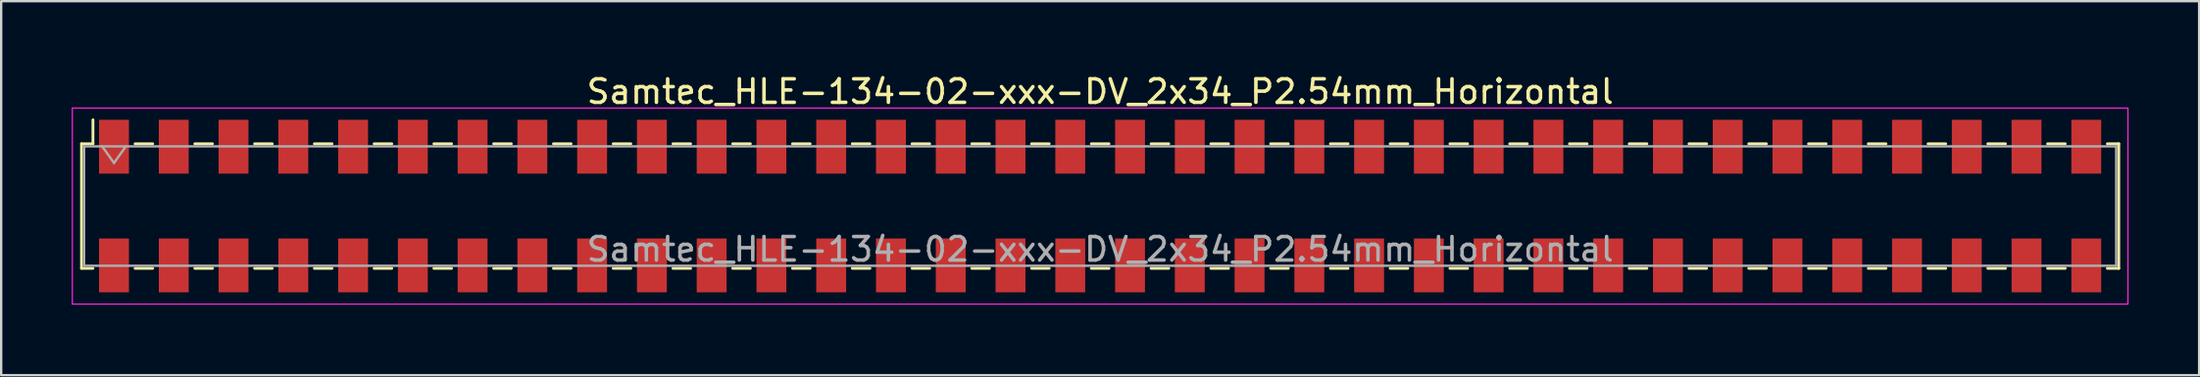
<source format=kicad_pcb>
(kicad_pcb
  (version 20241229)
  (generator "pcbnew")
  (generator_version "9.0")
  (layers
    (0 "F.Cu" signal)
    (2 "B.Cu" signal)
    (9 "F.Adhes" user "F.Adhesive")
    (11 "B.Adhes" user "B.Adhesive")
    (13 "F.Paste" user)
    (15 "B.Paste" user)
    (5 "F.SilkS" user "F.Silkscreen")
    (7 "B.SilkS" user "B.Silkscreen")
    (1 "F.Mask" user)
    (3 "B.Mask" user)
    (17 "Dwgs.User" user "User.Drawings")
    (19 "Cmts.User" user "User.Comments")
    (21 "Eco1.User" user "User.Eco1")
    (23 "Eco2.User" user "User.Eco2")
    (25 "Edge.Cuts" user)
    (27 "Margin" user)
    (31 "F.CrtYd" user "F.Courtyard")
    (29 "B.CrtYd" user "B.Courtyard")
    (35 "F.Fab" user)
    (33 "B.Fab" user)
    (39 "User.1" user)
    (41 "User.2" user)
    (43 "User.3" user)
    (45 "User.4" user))
  (footprint "Samtec_HLE-134-02-xxx-DV_2x34_P2.54mm_Horizontal"
    (layer "F.Cu")
    (at 43.705 5.718)
    (property "Reference" "Samtec_HLE-134-02-xxx-DV_2x34_P2.54mm_Horizontal" (at 0 -4.87 0) (layer "F.SilkS") (effects (font (size 1 1) (thickness 0.15))))
    (attr smd)
    (fp_line (start -43.29 -2.65) (end -43.29 2.65) (stroke (width 0.12) (type solid)) (layer "F.SilkS"))
    (fp_line (start -43.29 2.65) (end -42.805 2.65) (stroke (width 0.12) (type solid)) (layer "F.SilkS"))
    (fp_line (start -42.805 -3.67) (end -42.805 -2.65) (stroke (width 0.12) (type solid)) (layer "F.SilkS"))
    (fp_line (start -42.805 -2.65) (end -43.29 -2.65) (stroke (width 0.12) (type solid)) (layer "F.SilkS"))
    (fp_line (start -41.015 -2.65) (end -40.265 -2.65) (stroke (width 0.12) (type solid)) (layer "F.SilkS"))
    (fp_line (start -41.015 2.65) (end -40.265 2.65) (stroke (width 0.12) (type solid)) (layer "F.SilkS"))
    (fp_line (start -38.475 -2.65) (end -37.725 -2.65) (stroke (width 0.12) (type solid)) (layer "F.SilkS"))
    (fp_line (start -38.475 2.65) (end -37.725 2.65) (stroke (width 0.12) (type solid)) (layer "F.SilkS"))
    (fp_line (start -35.935 -2.65) (end -35.185 -2.65) (stroke (width 0.12) (type solid)) (layer "F.SilkS"))
    (fp_line (start -35.935 2.65) (end -35.185 2.65) (stroke (width 0.12) (type solid)) (layer "F.SilkS"))
    (fp_line (start -33.395 -2.65) (end -32.645 -2.65) (stroke (width 0.12) (type solid)) (layer "F.SilkS"))
    (fp_line (start -33.395 2.65) (end -32.645 2.65) (stroke (width 0.12) (type solid)) (layer "F.SilkS"))
    (fp_line (start -30.855 -2.65) (end -30.105 -2.65) (stroke (width 0.12) (type solid)) (layer "F.SilkS"))
    (fp_line (start -30.855 2.65) (end -30.105 2.65) (stroke (width 0.12) (type solid)) (layer "F.SilkS"))
    (fp_line (start -28.315 -2.65) (end -27.565 -2.65) (stroke (width 0.12) (type solid)) (layer "F.SilkS"))
    (fp_line (start -28.315 2.65) (end -27.565 2.65) (stroke (width 0.12) (type solid)) (layer "F.SilkS"))
    (fp_line (start -25.775 -2.65) (end -25.025 -2.65) (stroke (width 0.12) (type solid)) (layer "F.SilkS"))
    (fp_line (start -25.775 2.65) (end -25.025 2.65) (stroke (width 0.12) (type solid)) (layer "F.SilkS"))
    (fp_line (start -23.235 -2.65) (end -22.485 -2.65) (stroke (width 0.12) (type solid)) (layer "F.SilkS"))
    (fp_line (start -23.235 2.65) (end -22.485 2.65) (stroke (width 0.12) (type solid)) (layer "F.SilkS"))
    (fp_line (start -20.695 -2.65) (end -19.945 -2.65) (stroke (width 0.12) (type solid)) (layer "F.SilkS"))
    (fp_line (start -20.695 2.65) (end -19.945 2.65) (stroke (width 0.12) (type solid)) (layer "F.SilkS"))
    (fp_line (start -18.155 -2.65) (end -17.405 -2.65) (stroke (width 0.12) (type solid)) (layer "F.SilkS"))
    (fp_line (start -18.155 2.65) (end -17.405 2.65) (stroke (width 0.12) (type solid)) (layer "F.SilkS"))
    (fp_line (start -15.615 -2.65) (end -14.865 -2.65) (stroke (width 0.12) (type solid)) (layer "F.SilkS"))
    (fp_line (start -15.615 2.65) (end -14.865 2.65) (stroke (width 0.12) (type solid)) (layer "F.SilkS"))
    (fp_line (start -13.075 -2.65) (end -12.325 -2.65) (stroke (width 0.12) (type solid)) (layer "F.SilkS"))
    (fp_line (start -13.075 2.65) (end -12.325 2.65) (stroke (width 0.12) (type solid)) (layer "F.SilkS"))
    (fp_line (start -10.535 -2.65) (end -9.785 -2.65) (stroke (width 0.12) (type solid)) (layer "F.SilkS"))
    (fp_line (start -10.535 2.65) (end -9.785 2.65) (stroke (width 0.12) (type solid)) (layer "F.SilkS"))
    (fp_line (start -7.995 -2.65) (end -7.245 -2.65) (stroke (width 0.12) (type solid)) (layer "F.SilkS"))
    (fp_line (start -7.995 2.65) (end -7.245 2.65) (stroke (width 0.12) (type solid)) (layer "F.SilkS"))
    (fp_line (start -5.455 -2.65) (end -4.705 -2.65) (stroke (width 0.12) (type solid)) (layer "F.SilkS"))
    (fp_line (start -5.455 2.65) (end -4.705 2.65) (stroke (width 0.12) (type solid)) (layer "F.SilkS"))
    (fp_line (start -2.915 -2.65) (end -2.165 -2.65) (stroke (width 0.12) (type solid)) (layer "F.SilkS"))
    (fp_line (start -2.915 2.65) (end -2.165 2.65) (stroke (width 0.12) (type solid)) (layer "F.SilkS"))
    (fp_line (start -0.375 -2.65) (end 0.375 -2.65) (stroke (width 0.12) (type solid)) (layer "F.SilkS"))
    (fp_line (start -0.375 2.65) (end 0.375 2.65) (stroke (width 0.12) (type solid)) (layer "F.SilkS"))
    (fp_line (start 2.165 -2.65) (end 2.915 -2.65) (stroke (width 0.12) (type solid)) (layer "F.SilkS"))
    (fp_line (start 2.165 2.65) (end 2.915 2.65) (stroke (width 0.12) (type solid)) (layer "F.SilkS"))
    (fp_line (start 4.705 -2.65) (end 5.455 -2.65) (stroke (width 0.12) (type solid)) (layer "F.SilkS"))
    (fp_line (start 4.705 2.65) (end 5.455 2.65) (stroke (width 0.12) (type solid)) (layer "F.SilkS"))
    (fp_line (start 7.245 -2.65) (end 7.995 -2.65) (stroke (width 0.12) (type solid)) (layer "F.SilkS"))
    (fp_line (start 7.245 2.65) (end 7.995 2.65) (stroke (width 0.12) (type solid)) (layer "F.SilkS"))
    (fp_line (start 9.785 -2.65) (end 10.535 -2.65) (stroke (width 0.12) (type solid)) (layer "F.SilkS"))
    (fp_line (start 9.785 2.65) (end 10.535 2.65) (stroke (width 0.12) (type solid)) (layer "F.SilkS"))
    (fp_line (start 12.325 -2.65) (end 13.075 -2.65) (stroke (width 0.12) (type solid)) (layer "F.SilkS"))
    (fp_line (start 12.325 2.65) (end 13.075 2.65) (stroke (width 0.12) (type solid)) (layer "F.SilkS"))
    (fp_line (start 14.865 -2.65) (end 15.615 -2.65) (stroke (width 0.12) (type solid)) (layer "F.SilkS"))
    (fp_line (start 14.865 2.65) (end 15.615 2.65) (stroke (width 0.12) (type solid)) (layer "F.SilkS"))
    (fp_line (start 17.405 -2.65) (end 18.155 -2.65) (stroke (width 0.12) (type solid)) (layer "F.SilkS"))
    (fp_line (start 17.405 2.65) (end 18.155 2.65) (stroke (width 0.12) (type solid)) (layer "F.SilkS"))
    (fp_line (start 19.945 -2.65) (end 20.695 -2.65) (stroke (width 0.12) (type solid)) (layer "F.SilkS"))
    (fp_line (start 19.945 2.65) (end 20.695 2.65) (stroke (width 0.12) (type solid)) (layer "F.SilkS"))
    (fp_line (start 22.485 -2.65) (end 23.235 -2.65) (stroke (width 0.12) (type solid)) (layer "F.SilkS"))
    (fp_line (start 22.485 2.65) (end 23.235 2.65) (stroke (width 0.12) (type solid)) (layer "F.SilkS"))
    (fp_line (start 25.025 -2.65) (end 25.775 -2.65) (stroke (width 0.12) (type solid)) (layer "F.SilkS"))
    (fp_line (start 25.025 2.65) (end 25.775 2.65) (stroke (width 0.12) (type solid)) (layer "F.SilkS"))
    (fp_line (start 27.565 -2.65) (end 28.315 -2.65) (stroke (width 0.12) (type solid)) (layer "F.SilkS"))
    (fp_line (start 27.565 2.65) (end 28.315 2.65) (stroke (width 0.12) (type solid)) (layer "F.SilkS"))
    (fp_line (start 30.105 -2.65) (end 30.855 -2.65) (stroke (width 0.12) (type solid)) (layer "F.SilkS"))
    (fp_line (start 30.105 2.65) (end 30.855 2.65) (stroke (width 0.12) (type solid)) (layer "F.SilkS"))
    (fp_line (start 32.645 -2.65) (end 33.395 -2.65) (stroke (width 0.12) (type solid)) (layer "F.SilkS"))
    (fp_line (start 32.645 2.65) (end 33.395 2.65) (stroke (width 0.12) (type solid)) (layer "F.SilkS"))
    (fp_line (start 35.185 -2.65) (end 35.935 -2.65) (stroke (width 0.12) (type solid)) (layer "F.SilkS"))
    (fp_line (start 35.185 2.65) (end 35.935 2.65) (stroke (width 0.12) (type solid)) (layer "F.SilkS"))
    (fp_line (start 37.725 -2.65) (end 38.475 -2.65) (stroke (width 0.12) (type solid)) (layer "F.SilkS"))
    (fp_line (start 37.725 2.65) (end 38.475 2.65) (stroke (width 0.12) (type solid)) (layer "F.SilkS"))
    (fp_line (start 40.265 -2.65) (end 41.015 -2.65) (stroke (width 0.12) (type solid)) (layer "F.SilkS"))
    (fp_line (start 40.265 2.65) (end 41.015 2.65) (stroke (width 0.12) (type solid)) (layer "F.SilkS"))
    (fp_line (start 42.805 -2.65) (end 43.29 -2.65) (stroke (width 0.12) (type solid)) (layer "F.SilkS"))
    (fp_line (start 43.29 -2.65) (end 43.29 2.65) (stroke (width 0.12) (type solid)) (layer "F.SilkS"))
    (fp_line (start 43.29 2.65) (end 42.805 2.65) (stroke (width 0.12) (type solid)) (layer "F.SilkS"))
    (fp_line (start -43.68 -4.17) (end 43.68 -4.17) (stroke (width 0.05) (type solid)) (layer "F.CrtYd"))
    (fp_line (start -43.68 4.17) (end -43.68 -4.17) (stroke (width 0.05) (type solid)) (layer "F.CrtYd"))
    (fp_line (start 43.68 -4.17) (end 43.68 4.17) (stroke (width 0.05) (type solid)) (layer "F.CrtYd"))
    (fp_line (start 43.68 4.17) (end -43.68 4.17) (stroke (width 0.05) (type solid)) (layer "F.CrtYd"))
    (fp_line (start -43.18 -2.54) (end 43.18 -2.54) (stroke (width 0.1) (type solid)) (layer "F.Fab"))
    (fp_line (start -43.18 2.54) (end -43.18 -2.54) (stroke (width 0.1) (type solid)) (layer "F.Fab"))
    (fp_line (start -42.41 -2.54) (end -41.91 -1.833) (stroke (width 0.1) (type solid)) (layer "F.Fab"))
    (fp_line (start -41.91 -1.833) (end -41.41 -2.54) (stroke (width 0.1) (type solid)) (layer "F.Fab"))
    (fp_line (start 43.18 -2.54) (end 43.18 2.54) (stroke (width 0.1) (type solid)) (layer "F.Fab"))
    (fp_line (start 43.18 2.54) (end -43.18 2.54) (stroke (width 0.1) (type solid)) (layer "F.Fab"))
    (fp_text user "${REFERENCE}" (at 0 1.84 0) (layer "F.Fab") (effects (font (size 1 1) (thickness 0.15))))
    (pad "1" smd rect (at -41.91 -2.525) (size 1.27 2.29) (layers "F.Cu" "F.Mask" "F.Paste"))
    (pad "2" smd rect (at -41.91 2.525) (size 1.27 2.29) (layers "F.Cu" "F.Mask" "F.Paste"))
    (pad "3" smd rect (at -39.37 -2.525) (size 1.27 2.29) (layers "F.Cu" "F.Mask" "F.Paste"))
    (pad "4" smd rect (at -39.37 2.525) (size 1.27 2.29) (layers "F.Cu" "F.Mask" "F.Paste"))
    (pad "5" smd rect (at -36.83 -2.525) (size 1.27 2.29) (layers "F.Cu" "F.Mask" "F.Paste"))
    (pad "6" smd rect (at -36.83 2.525) (size 1.27 2.29) (layers "F.Cu" "F.Mask" "F.Paste"))
    (pad "7" smd rect (at -34.29 -2.525) (size 1.27 2.29) (layers "F.Cu" "F.Mask" "F.Paste"))
    (pad "8" smd rect (at -34.29 2.525) (size 1.27 2.29) (layers "F.Cu" "F.Mask" "F.Paste"))
    (pad "9" smd rect (at -31.75 -2.525) (size 1.27 2.29) (layers "F.Cu" "F.Mask" "F.Paste"))
    (pad "10" smd rect (at -31.75 2.525) (size 1.27 2.29) (layers "F.Cu" "F.Mask" "F.Paste"))
    (pad "11" smd rect (at -29.21 -2.525) (size 1.27 2.29) (layers "F.Cu" "F.Mask" "F.Paste"))
    (pad "12" smd rect (at -29.21 2.525) (size 1.27 2.29) (layers "F.Cu" "F.Mask" "F.Paste"))
    (pad "13" smd rect (at -26.67 -2.525) (size 1.27 2.29) (layers "F.Cu" "F.Mask" "F.Paste"))
    (pad "14" smd rect (at -26.67 2.525) (size 1.27 2.29) (layers "F.Cu" "F.Mask" "F.Paste"))
    (pad "15" smd rect (at -24.13 -2.525) (size 1.27 2.29) (layers "F.Cu" "F.Mask" "F.Paste"))
    (pad "16" smd rect (at -24.13 2.525) (size 1.27 2.29) (layers "F.Cu" "F.Mask" "F.Paste"))
    (pad "17" smd rect (at -21.59 -2.525) (size 1.27 2.29) (layers "F.Cu" "F.Mask" "F.Paste"))
    (pad "18" smd rect (at -21.59 2.525) (size 1.27 2.29) (layers "F.Cu" "F.Mask" "F.Paste"))
    (pad "19" smd rect (at -19.05 -2.525) (size 1.27 2.29) (layers "F.Cu" "F.Mask" "F.Paste"))
    (pad "20" smd rect (at -19.05 2.525) (size 1.27 2.29) (layers "F.Cu" "F.Mask" "F.Paste"))
    (pad "21" smd rect (at -16.51 -2.525) (size 1.27 2.29) (layers "F.Cu" "F.Mask" "F.Paste"))
    (pad "22" smd rect (at -16.51 2.525) (size 1.27 2.29) (layers "F.Cu" "F.Mask" "F.Paste"))
    (pad "23" smd rect (at -13.97 -2.525) (size 1.27 2.29) (layers "F.Cu" "F.Mask" "F.Paste"))
    (pad "24" smd rect (at -13.97 2.525) (size 1.27 2.29) (layers "F.Cu" "F.Mask" "F.Paste"))
    (pad "25" smd rect (at -11.43 -2.525) (size 1.27 2.29) (layers "F.Cu" "F.Mask" "F.Paste"))
    (pad "26" smd rect (at -11.43 2.525) (size 1.27 2.29) (layers "F.Cu" "F.Mask" "F.Paste"))
    (pad "27" smd rect (at -8.89 -2.525) (size 1.27 2.29) (layers "F.Cu" "F.Mask" "F.Paste"))
    (pad "28" smd rect (at -8.89 2.525) (size 1.27 2.29) (layers "F.Cu" "F.Mask" "F.Paste"))
    (pad "29" smd rect (at -6.35 -2.525) (size 1.27 2.29) (layers "F.Cu" "F.Mask" "F.Paste"))
    (pad "30" smd rect (at -6.35 2.525) (size 1.27 2.29) (layers "F.Cu" "F.Mask" "F.Paste"))
    (pad "31" smd rect (at -3.81 -2.525) (size 1.27 2.29) (layers "F.Cu" "F.Mask" "F.Paste"))
    (pad "32" smd rect (at -3.81 2.525) (size 1.27 2.29) (layers "F.Cu" "F.Mask" "F.Paste"))
    (pad "33" smd rect (at -1.27 -2.525) (size 1.27 2.29) (layers "F.Cu" "F.Mask" "F.Paste"))
    (pad "34" smd rect (at -1.27 2.525) (size 1.27 2.29) (layers "F.Cu" "F.Mask" "F.Paste"))
    (pad "35" smd rect (at 1.27 -2.525) (size 1.27 2.29) (layers "F.Cu" "F.Mask" "F.Paste"))
    (pad "36" smd rect (at 1.27 2.525) (size 1.27 2.29) (layers "F.Cu" "F.Mask" "F.Paste"))
    (pad "37" smd rect (at 3.81 -2.525) (size 1.27 2.29) (layers "F.Cu" "F.Mask" "F.Paste"))
    (pad "38" smd rect (at 3.81 2.525) (size 1.27 2.29) (layers "F.Cu" "F.Mask" "F.Paste"))
    (pad "39" smd rect (at 6.35 -2.525) (size 1.27 2.29) (layers "F.Cu" "F.Mask" "F.Paste"))
    (pad "40" smd rect (at 6.35 2.525) (size 1.27 2.29) (layers "F.Cu" "F.Mask" "F.Paste"))
    (pad "41" smd rect (at 8.89 -2.525) (size 1.27 2.29) (layers "F.Cu" "F.Mask" "F.Paste"))
    (pad "42" smd rect (at 8.89 2.525) (size 1.27 2.29) (layers "F.Cu" "F.Mask" "F.Paste"))
    (pad "43" smd rect (at 11.43 -2.525) (size 1.27 2.29) (layers "F.Cu" "F.Mask" "F.Paste"))
    (pad "44" smd rect (at 11.43 2.525) (size 1.27 2.29) (layers "F.Cu" "F.Mask" "F.Paste"))
    (pad "45" smd rect (at 13.97 -2.525) (size 1.27 2.29) (layers "F.Cu" "F.Mask" "F.Paste"))
    (pad "46" smd rect (at 13.97 2.525) (size 1.27 2.29) (layers "F.Cu" "F.Mask" "F.Paste"))
    (pad "47" smd rect (at 16.51 -2.525) (size 1.27 2.29) (layers "F.Cu" "F.Mask" "F.Paste"))
    (pad "48" smd rect (at 16.51 2.525) (size 1.27 2.29) (layers "F.Cu" "F.Mask" "F.Paste"))
    (pad "49" smd rect (at 19.05 -2.525) (size 1.27 2.29) (layers "F.Cu" "F.Mask" "F.Paste"))
    (pad "50" smd rect (at 19.05 2.525) (size 1.27 2.29) (layers "F.Cu" "F.Mask" "F.Paste"))
    (pad "51" smd rect (at 21.59 -2.525) (size 1.27 2.29) (layers "F.Cu" "F.Mask" "F.Paste"))
    (pad "52" smd rect (at 21.59 2.525) (size 1.27 2.29) (layers "F.Cu" "F.Mask" "F.Paste"))
    (pad "53" smd rect (at 24.13 -2.525) (size 1.27 2.29) (layers "F.Cu" "F.Mask" "F.Paste"))
    (pad "54" smd rect (at 24.13 2.525) (size 1.27 2.29) (layers "F.Cu" "F.Mask" "F.Paste"))
    (pad "55" smd rect (at 26.67 -2.525) (size 1.27 2.29) (layers "F.Cu" "F.Mask" "F.Paste"))
    (pad "56" smd rect (at 26.67 2.525) (size 1.27 2.29) (layers "F.Cu" "F.Mask" "F.Paste"))
    (pad "57" smd rect (at 29.21 -2.525) (size 1.27 2.29) (layers "F.Cu" "F.Mask" "F.Paste"))
    (pad "58" smd rect (at 29.21 2.525) (size 1.27 2.29) (layers "F.Cu" "F.Mask" "F.Paste"))
    (pad "59" smd rect (at 31.75 -2.525) (size 1.27 2.29) (layers "F.Cu" "F.Mask" "F.Paste"))
    (pad "60" smd rect (at 31.75 2.525) (size 1.27 2.29) (layers "F.Cu" "F.Mask" "F.Paste"))
    (pad "61" smd rect (at 34.29 -2.525) (size 1.27 2.29) (layers "F.Cu" "F.Mask" "F.Paste"))
    (pad "62" smd rect (at 34.29 2.525) (size 1.27 2.29) (layers "F.Cu" "F.Mask" "F.Paste"))
    (pad "63" smd rect (at 36.83 -2.525) (size 1.27 2.29) (layers "F.Cu" "F.Mask" "F.Paste"))
    (pad "64" smd rect (at 36.83 2.525) (size 1.27 2.29) (layers "F.Cu" "F.Mask" "F.Paste"))
    (pad "65" smd rect (at 39.37 -2.525) (size 1.27 2.29) (layers "F.Cu" "F.Mask" "F.Paste"))
    (pad "66" smd rect (at 39.37 2.525) (size 1.27 2.29) (layers "F.Cu" "F.Mask" "F.Paste"))
    (pad "67" smd rect (at 41.91 -2.525) (size 1.27 2.29) (layers "F.Cu" "F.Mask" "F.Paste"))
    (pad "68" smd rect (at 41.91 2.525) (size 1.27 2.29) (layers "F.Cu" "F.Mask" "F.Paste")))
  (gr_rect
    (start -3 -3)
    (end 90.41 12.913)
    (stroke (width 0.1) (type default))
    (fill no)
    (layer "Edge.Cuts")))
</source>
